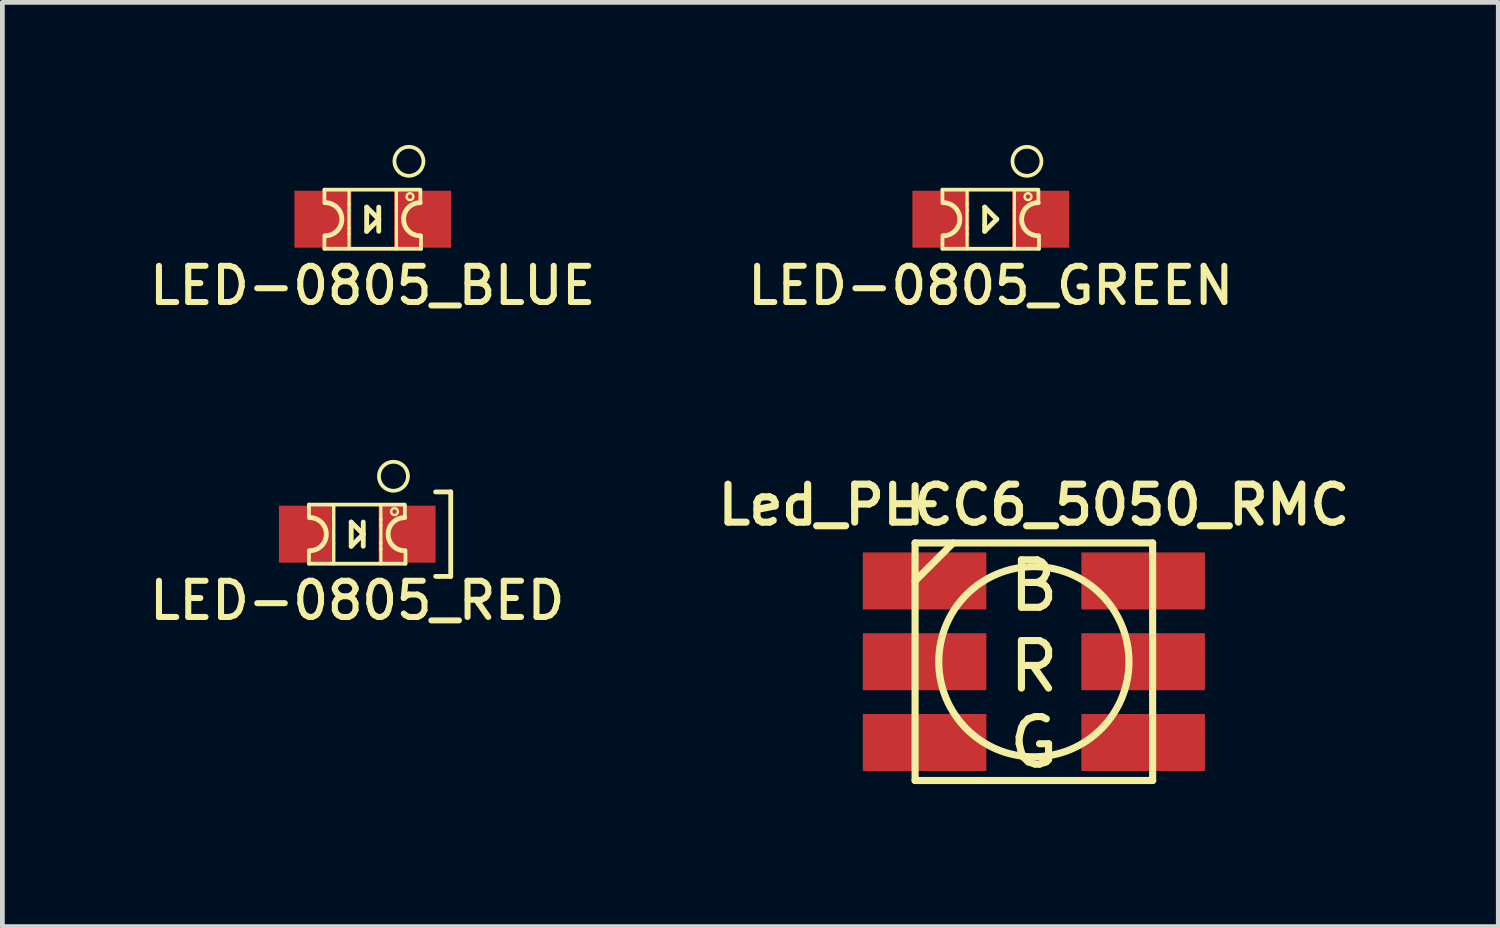
<source format=kicad_pcb>
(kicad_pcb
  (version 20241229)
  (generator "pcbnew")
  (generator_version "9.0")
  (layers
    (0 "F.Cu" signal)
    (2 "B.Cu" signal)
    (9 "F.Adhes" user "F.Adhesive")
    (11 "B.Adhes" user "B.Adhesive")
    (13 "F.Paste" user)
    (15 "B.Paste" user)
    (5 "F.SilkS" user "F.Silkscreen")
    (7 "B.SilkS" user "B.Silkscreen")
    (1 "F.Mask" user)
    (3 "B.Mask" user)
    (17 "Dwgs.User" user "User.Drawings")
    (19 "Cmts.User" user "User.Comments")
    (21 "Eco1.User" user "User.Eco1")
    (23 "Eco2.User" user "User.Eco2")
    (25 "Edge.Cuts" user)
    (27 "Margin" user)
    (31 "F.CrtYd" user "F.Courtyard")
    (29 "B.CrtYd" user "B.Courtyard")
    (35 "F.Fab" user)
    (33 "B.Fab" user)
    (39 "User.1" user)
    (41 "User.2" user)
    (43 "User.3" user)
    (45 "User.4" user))
  (footprint "LED-0805_GREEN"
    (layer "F.Cu")
    (at 17.803 1.564)
    (property "Reference" "LED-0805_GREEN" (at 0 1.397 0) (layer "F.SilkS") (effects (font (size 0.762 0.762) (thickness 0.127))))
    (attr smd)
    (fp_line (start -1.016 -0.622) (end -1.016 -0.343) (stroke (width 0.079) (type solid)) (layer "F.SilkS"))
    (fp_line (start -1.016 -0.622) (end 1.003 -0.622) (stroke (width 0.079) (type solid)) (layer "F.SilkS"))
    (fp_line (start -1.016 0.343) (end -1.016 0.622) (stroke (width 0.079) (type solid)) (layer "F.SilkS"))
    (fp_line (start -1.016 0.622) (end 1.016 0.622) (stroke (width 0.079) (type solid)) (layer "F.SilkS"))
    (fp_line (start -0.498 -0.625) (end -0.498 -0.3) (stroke (width 0.066) (type solid)) (layer "F.SilkS"))
    (fp_line (start -0.498 -0.323) (end -0.498 -0.173) (stroke (width 0.066) (type solid)) (layer "F.SilkS"))
    (fp_line (start -0.498 -0.198) (end -0.498 0.198) (stroke (width 0.066) (type solid)) (layer "F.SilkS"))
    (fp_line (start -0.498 0.173) (end -0.498 0.323) (stroke (width 0.066) (type solid)) (layer "F.SilkS"))
    (fp_line (start -0.498 0.3) (end -0.498 0.625) (stroke (width 0.066) (type solid)) (layer "F.SilkS"))
    (fp_line (start -0.127 -0.254) (end -0.127 0.127) (stroke (width 0.102) (type solid)) (layer "F.SilkS"))
    (fp_line (start -0.127 0.127) (end -0.127 0.254) (stroke (width 0.102) (type solid)) (layer "F.SilkS"))
    (fp_line (start -0.127 0.254) (end 0.127 0) (stroke (width 0.102) (type solid)) (layer "F.SilkS"))
    (fp_line (start 0.127 0) (end -0.127 -0.254) (stroke (width 0.102) (type solid)) (layer "F.SilkS"))
    (fp_line (start 0.498 -0.599) (end 0.498 -0.3) (stroke (width 0.066) (type solid)) (layer "F.SilkS"))
    (fp_line (start 0.498 -0.323) (end 0.498 -0.173) (stroke (width 0.066) (type solid)) (layer "F.SilkS"))
    (fp_line (start 0.498 -0.198) (end 0.498 0.198) (stroke (width 0.066) (type solid)) (layer "F.SilkS"))
    (fp_line (start 0.498 0.173) (end 0.498 0.323) (stroke (width 0.066) (type solid)) (layer "F.SilkS"))
    (fp_line (start 0.498 0.3) (end 0.498 0.625) (stroke (width 0.066) (type solid)) (layer "F.SilkS"))
    (fp_line (start 1.003 -0.343) (end 1.003 -0.597) (stroke (width 0.079) (type solid)) (layer "F.SilkS"))
    (fp_line (start 1.016 0.343) (end 1.016 0.622) (stroke (width 0.079) (type solid)) (layer "F.SilkS"))
    (fp_arc (start -0.99822 -0.34798) (mid -0.65024 0) (end -0.99822 0.34798) (stroke (width 0.1016) (type solid)) (layer "F.SilkS"))
    (fp_arc (start 0.99822 0.34798) (mid 0.65024 0) (end 0.99822 -0.34798) (stroke (width 0.1016) (type solid)) (layer "F.SilkS"))
    (fp_circle (center 0.762 -1.219) (end 1.054 -1.13) (stroke (width 0.079) (type solid)) (fill no) (layer "F.SilkS"))
    (fp_circle (center 0.785 -0.475) (end 0.836 -0.526) (stroke (width 0.051) (type solid)) (fill no) (layer "F.SilkS"))
    (pad "1" smd rect (at 1.049 0) (size 1.199 1.199) (layers "F.Cu" "F.Mask" "F.Paste"))
    (pad "2" smd rect (at -1.049 0) (size 1.199 1.199) (layers "F.Cu" "F.Mask" "F.Paste")))
  (footprint "LED-0805_RED"
    (layer "F.Cu")
    (at 4.469 8.193)
    (property "Reference" "LED-0805_RED" (at 0 1.397 0) (layer "F.SilkS") (effects (font (size 0.762 0.762) (thickness 0.127))))
    (attr smd)
    (fp_line (start -1.016 -0.622) (end -1.016 -0.343) (stroke (width 0.079) (type solid)) (layer "F.SilkS"))
    (fp_line (start -1.016 -0.622) (end 1.003 -0.622) (stroke (width 0.079) (type solid)) (layer "F.SilkS"))
    (fp_line (start -1.016 0.343) (end -1.016 0.622) (stroke (width 0.079) (type solid)) (layer "F.SilkS"))
    (fp_line (start -1.016 0.622) (end 1.016 0.622) (stroke (width 0.079) (type solid)) (layer "F.SilkS"))
    (fp_line (start -0.498 -0.625) (end -0.498 -0.3) (stroke (width 0.066) (type solid)) (layer "F.SilkS"))
    (fp_line (start -0.498 -0.323) (end -0.498 -0.173) (stroke (width 0.066) (type solid)) (layer "F.SilkS"))
    (fp_line (start -0.498 -0.198) (end -0.498 0.198) (stroke (width 0.066) (type solid)) (layer "F.SilkS"))
    (fp_line (start -0.498 0.173) (end -0.498 0.323) (stroke (width 0.066) (type solid)) (layer "F.SilkS"))
    (fp_line (start -0.498 0.3) (end -0.498 0.625) (stroke (width 0.066) (type solid)) (layer "F.SilkS"))
    (fp_line (start -0.127 -0.254) (end -0.127 0.254) (stroke (width 0.102) (type solid)) (layer "F.SilkS"))
    (fp_line (start -0.127 0.254) (end 0.127 0) (stroke (width 0.102) (type solid)) (layer "F.SilkS"))
    (fp_line (start 0.127 -0.254) (end 0.127 0.254) (stroke (width 0.102) (type solid)) (layer "F.SilkS"))
    (fp_line (start 0.127 0) (end -0.127 -0.254) (stroke (width 0.102) (type solid)) (layer "F.SilkS"))
    (fp_line (start 0.498 -0.599) (end 0.498 -0.3) (stroke (width 0.066) (type solid)) (layer "F.SilkS"))
    (fp_line (start 0.498 -0.323) (end 0.498 -0.173) (stroke (width 0.066) (type solid)) (layer "F.SilkS"))
    (fp_line (start 0.498 -0.198) (end 0.498 0.198) (stroke (width 0.066) (type solid)) (layer "F.SilkS"))
    (fp_line (start 0.498 0.173) (end 0.498 0.323) (stroke (width 0.066) (type solid)) (layer "F.SilkS"))
    (fp_line (start 0.498 0.3) (end 0.498 0.625) (stroke (width 0.066) (type solid)) (layer "F.SilkS"))
    (fp_line (start 1.003 -0.343) (end 1.003 -0.597) (stroke (width 0.079) (type solid)) (layer "F.SilkS"))
    (fp_line (start 1.016 0.343) (end 1.016 0.622) (stroke (width 0.079) (type solid)) (layer "F.SilkS"))
    (fp_line (start 1.651 0.889) (end 1.714 0.889) (stroke (width 0.102) (type solid)) (layer "F.SilkS"))
    (fp_line (start 1.714 0.889) (end 1.968 0.889) (stroke (width 0.102) (type solid)) (layer "F.SilkS"))
    (fp_line (start 1.968 -0.889) (end 1.651 -0.889) (stroke (width 0.102) (type solid)) (layer "F.SilkS"))
    (fp_line (start 1.968 -0.889) (end 1.968 0.889) (stroke (width 0.102) (type solid)) (layer "F.SilkS"))
    (fp_arc (start -0.99822 -0.34798) (mid -0.65024 0) (end -0.99822 0.34798) (stroke (width 0.1016) (type solid)) (layer "F.SilkS"))
    (fp_arc (start 0.99822 0.34798) (mid 0.65024 0) (end 0.99822 -0.34798) (stroke (width 0.1016) (type solid)) (layer "F.SilkS"))
    (fp_circle (center 0.762 -1.219) (end 1.054 -1.13) (stroke (width 0.079) (type solid)) (fill no) (layer "F.SilkS"))
    (fp_circle (center 0.785 -0.475) (end 0.836 -0.526) (stroke (width 0.051) (type solid)) (fill no) (layer "F.SilkS"))
    (pad "1" smd rect (at 1.049 0) (size 1.199 1.199) (layers "F.Cu" "F.Mask" "F.Paste"))
    (pad "2" smd rect (at -1.049 0) (size 1.199 1.199) (layers "F.Cu" "F.Mask" "F.Paste")))
  (footprint "Led_PLCC6_5050_RMC"
    (layer "F.Cu")
    (at 18.711 10.878)
    (property "Reference" "Led_PLCC6_5050_RMC" (at 0 -3.3 0) (layer "F.SilkS") (effects (font (size 0.8 0.8) (thickness 0.15))))
    (attr through_hole)
    (fp_line (start -2.5 -2.5) (end 2.5 -2.5) (stroke (width 0.15) (type solid)) (layer "F.SilkS"))
    (fp_line (start -2.5 -1.7) (end -1.7 -2.5) (stroke (width 0.15) (type solid)) (layer "F.SilkS"))
    (fp_line (start -2.5 2.5) (end -2.5 -2.5) (stroke (width 0.15) (type solid)) (layer "F.SilkS"))
    (fp_line (start 2.5 -2.5) (end 2.5 2.5) (stroke (width 0.15) (type solid)) (layer "F.SilkS"))
    (fp_line (start 2.5 2.5) (end -2.5 2.5) (stroke (width 0.15) (type solid)) (layer "F.SilkS"))
    (fp_circle (center 0 0) (end -1.999 0.099) (stroke (width 0.15) (type solid)) (fill no) (layer "F.SilkS"))
    (fp_text user "+" (at -2.5 -3.4 0) (layer "F.SilkS") (effects (font (size 1 1) (thickness 0.15))))
    (fp_text user "B" (at 0 -1.6 0) (layer "F.SilkS") (effects (font (size 1 1) (thickness 0.15))))
    (fp_text user "R" (at 0 0.1 0) (layer "F.SilkS") (effects (font (size 1 1) (thickness 0.15))))
    (fp_text user "G" (at 0 1.7 0) (layer "F.SilkS") (effects (font (size 1 1) (thickness 0.15))))
    (pad "1" smd rect (at -2.3 -1.7) (size 2.6 1.2) (layers "F.Cu" "F.Mask" "F.Paste"))
    (pad "2" smd rect (at -2.3 0) (size 2.6 1.2) (layers "F.Cu" "F.Mask" "F.Paste"))
    (pad "3" smd rect (at -2.3 1.7) (size 2.6 1.2) (layers "F.Cu" "F.Mask" "F.Paste"))
    (pad "4" smd rect (at 2.3 1.7) (size 2.6 1.2) (layers "F.Cu" "F.Mask" "F.Paste"))
    (pad "5" smd rect (at 2.3 0) (size 2.6 1.2) (layers "F.Cu" "F.Mask" "F.Paste"))
    (pad "6" smd rect (at 2.3 -1.7) (size 2.6 1.2) (layers "F.Cu" "F.Mask" "F.Paste")))
  (footprint "LED-0805_BLUE"
    (layer "F.Cu")
    (at 4.795 1.564)
    (property "Reference" "LED-0805_BLUE" (at 0 1.397 0) (layer "F.SilkS") (effects (font (size 0.762 0.762) (thickness 0.127))))
    (attr smd)
    (fp_line (start -1.016 -0.622) (end -1.016 -0.343) (stroke (width 0.079) (type solid)) (layer "F.SilkS"))
    (fp_line (start -1.016 -0.622) (end 1.003 -0.622) (stroke (width 0.079) (type solid)) (layer "F.SilkS"))
    (fp_line (start -1.016 0.343) (end -1.016 0.622) (stroke (width 0.079) (type solid)) (layer "F.SilkS"))
    (fp_line (start -1.016 0.622) (end 1.016 0.622) (stroke (width 0.079) (type solid)) (layer "F.SilkS"))
    (fp_line (start -0.498 -0.625) (end -0.498 -0.3) (stroke (width 0.066) (type solid)) (layer "F.SilkS"))
    (fp_line (start -0.498 -0.323) (end -0.498 -0.173) (stroke (width 0.066) (type solid)) (layer "F.SilkS"))
    (fp_line (start -0.498 -0.198) (end -0.498 0.198) (stroke (width 0.066) (type solid)) (layer "F.SilkS"))
    (fp_line (start -0.498 0.173) (end -0.498 0.323) (stroke (width 0.066) (type solid)) (layer "F.SilkS"))
    (fp_line (start -0.498 0.3) (end -0.498 0.625) (stroke (width 0.066) (type solid)) (layer "F.SilkS"))
    (fp_line (start -0.127 -0.254) (end 0.127 0) (stroke (width 0.102) (type solid)) (layer "F.SilkS"))
    (fp_line (start -0.127 0.254) (end -0.127 -0.254) (stroke (width 0.102) (type solid)) (layer "F.SilkS"))
    (fp_line (start 0.127 -0.254) (end 0.127 0.254) (stroke (width 0.102) (type solid)) (layer "F.SilkS"))
    (fp_line (start 0.127 0) (end -0.127 0.254) (stroke (width 0.102) (type solid)) (layer "F.SilkS"))
    (fp_line (start 0.498 -0.599) (end 0.498 -0.3) (stroke (width 0.066) (type solid)) (layer "F.SilkS"))
    (fp_line (start 0.498 -0.323) (end 0.498 -0.173) (stroke (width 0.066) (type solid)) (layer "F.SilkS"))
    (fp_line (start 0.498 -0.198) (end 0.498 0.198) (stroke (width 0.066) (type solid)) (layer "F.SilkS"))
    (fp_line (start 0.498 0.173) (end 0.498 0.323) (stroke (width 0.066) (type solid)) (layer "F.SilkS"))
    (fp_line (start 0.498 0.3) (end 0.498 0.625) (stroke (width 0.066) (type solid)) (layer "F.SilkS"))
    (fp_line (start 1.003 -0.343) (end 1.003 -0.597) (stroke (width 0.079) (type solid)) (layer "F.SilkS"))
    (fp_line (start 1.016 0.343) (end 1.016 0.622) (stroke (width 0.079) (type solid)) (layer "F.SilkS"))
    (fp_arc (start -0.99822 -0.34798) (mid -0.65024 0) (end -0.99822 0.34798) (stroke (width 0.1016) (type solid)) (layer "F.SilkS"))
    (fp_arc (start 0.99822 0.34798) (mid 0.65024 0) (end 0.99822 -0.34798) (stroke (width 0.1016) (type solid)) (layer "F.SilkS"))
    (fp_circle (center 0.762 -1.219) (end 1.054 -1.13) (stroke (width 0.079) (type solid)) (fill no) (layer "F.SilkS"))
    (fp_circle (center 0.785 -0.475) (end 0.836 -0.526) (stroke (width 0.051) (type solid)) (fill no) (layer "F.SilkS"))
    (pad "1" smd rect (at 1.049 0) (size 1.199 1.199) (layers "F.Cu" "F.Mask" "F.Paste"))
    (pad "2" smd rect (at -1.049 0) (size 1.199 1.199) (layers "F.Cu" "F.Mask" "F.Paste")))
  (gr_rect
    (start -3 -3)
    (end 28.486 16.453)
    (stroke (width 0.1) (type default))
    (fill no)
    (layer "Edge.Cuts")))
</source>
